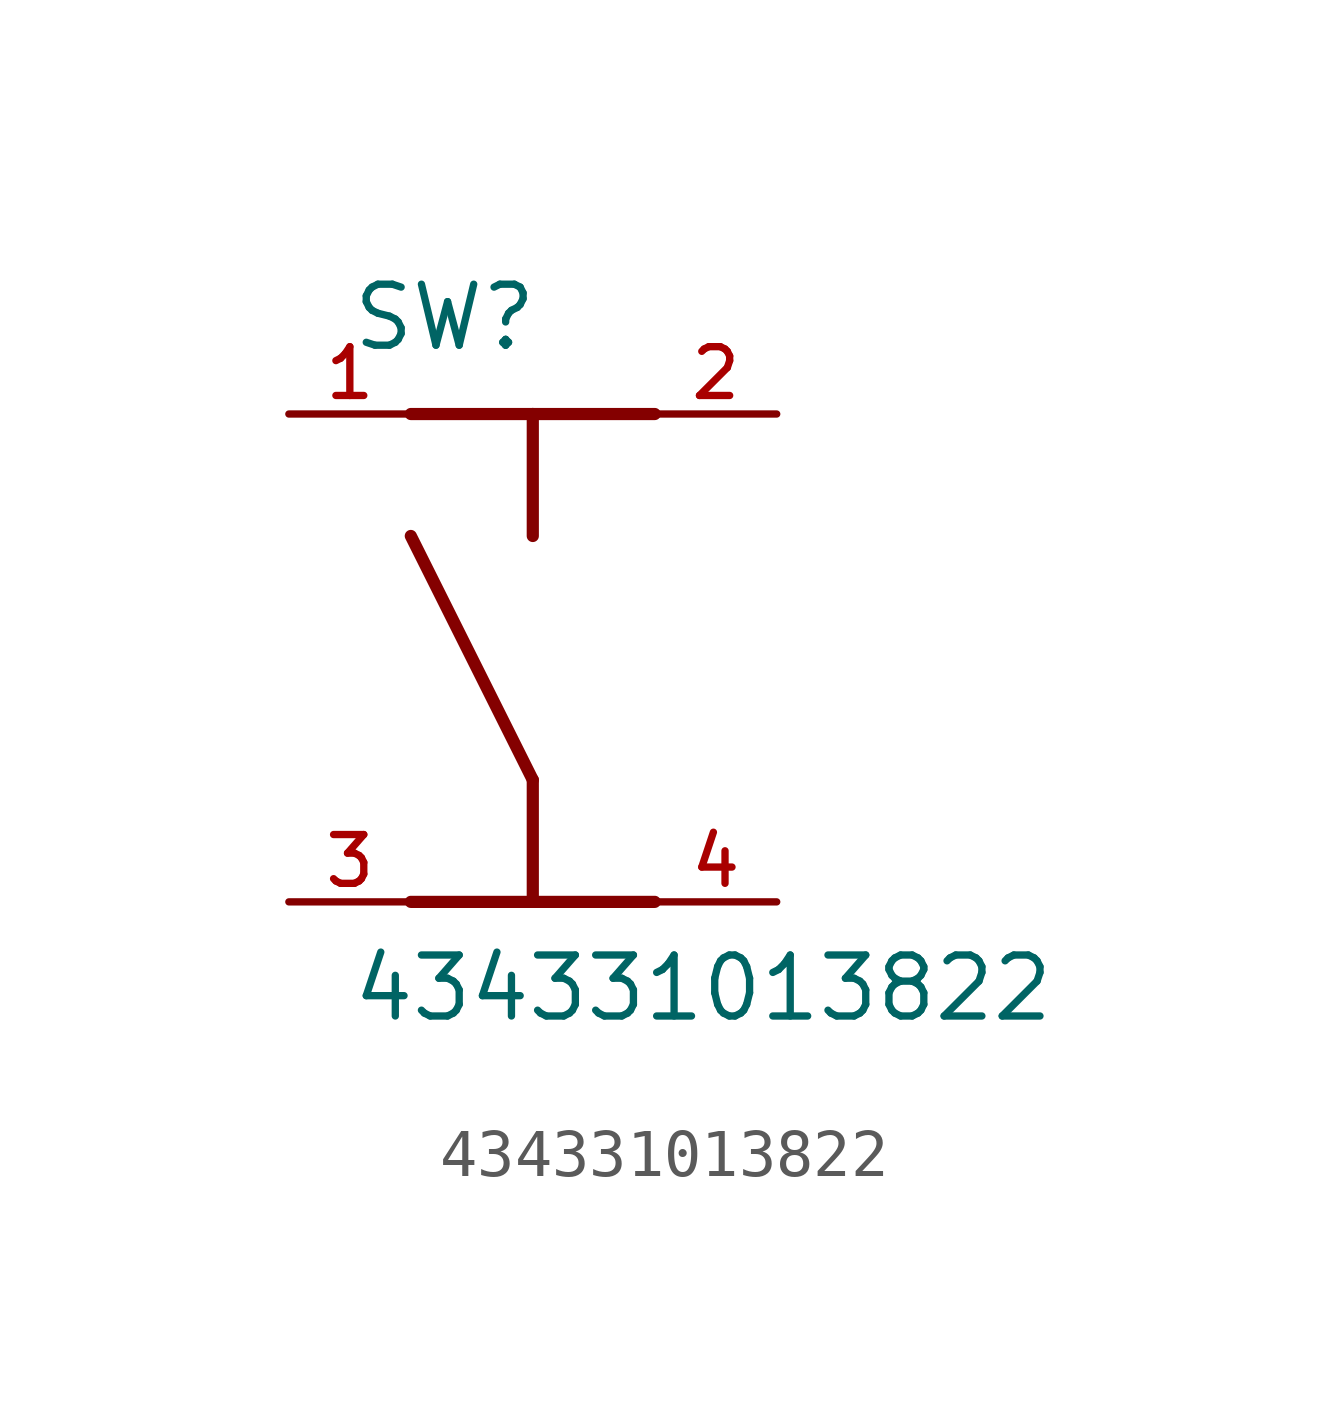
<source format=kicad_sym>
(kicad_symbol_lib
  (version 20211014)
  (generator kicad_symbol_editor)
  (symbol "434331013822"
    (pin_names
      (offset 1.016))
    (property "Reference" "SW"
      (at -3.81 6.35 0)
      (effects (font (size 1.27 1.27)) (justify bottom left)))
    (property "Value" "434331013822"
      (at -3.81 -7.62 0)
      (effects (font (size 1.27 1.27)) (justify bottom left)))
    (symbol "434331013822_0_0"
      (polyline (pts (xy -2.54 5.08) (xy 0.0 5.08)) (stroke (width 0.254)))
      (polyline (pts (xy 0.0 5.08) (xy 2.54 5.08)) (stroke (width 0.254)))
      (polyline (pts (xy -2.54 -5.08) (xy 0.0 -5.08)) (stroke (width 0.254)))
      (polyline (pts (xy 0.0 -5.08) (xy 2.54 -5.08)) (stroke (width 0.254)))
      (polyline (pts (xy 0.0 5.08) (xy 0.0 2.54)) (stroke (width 0.254)))
      (polyline (pts (xy 0.0 -2.54) (xy 0.0 -5.08)) (stroke (width 0.254)))
      (polyline (pts (xy 0.0 -2.54) (xy -2.54 2.54)) (stroke (width 0.254)))
      (pin passive line (at -5.08 5.08 0) (length 2.54) (name "~" (effects (font (size 1.016 1.016)))) (number "1" (effects (font (size 1.016 1.016)))))
      (pin passive line (at -5.08 -5.08 0) (length 2.54) (name "~" (effects (font (size 1.016 1.016)))) (number "3" (effects (font (size 1.016 1.016)))))
      (pin passive line (at 5.08 5.08 180.0) (length 2.54) (name "~" (effects (font (size 1.016 1.016)))) (number "2" (effects (font (size 1.016 1.016)))))
      (pin passive line (at 5.08 -5.08 180.0) (length 2.54) (name "~" (effects (font (size 1.016 1.016)))) (number "4" (effects (font (size 1.016 1.016))))))))
</source>
